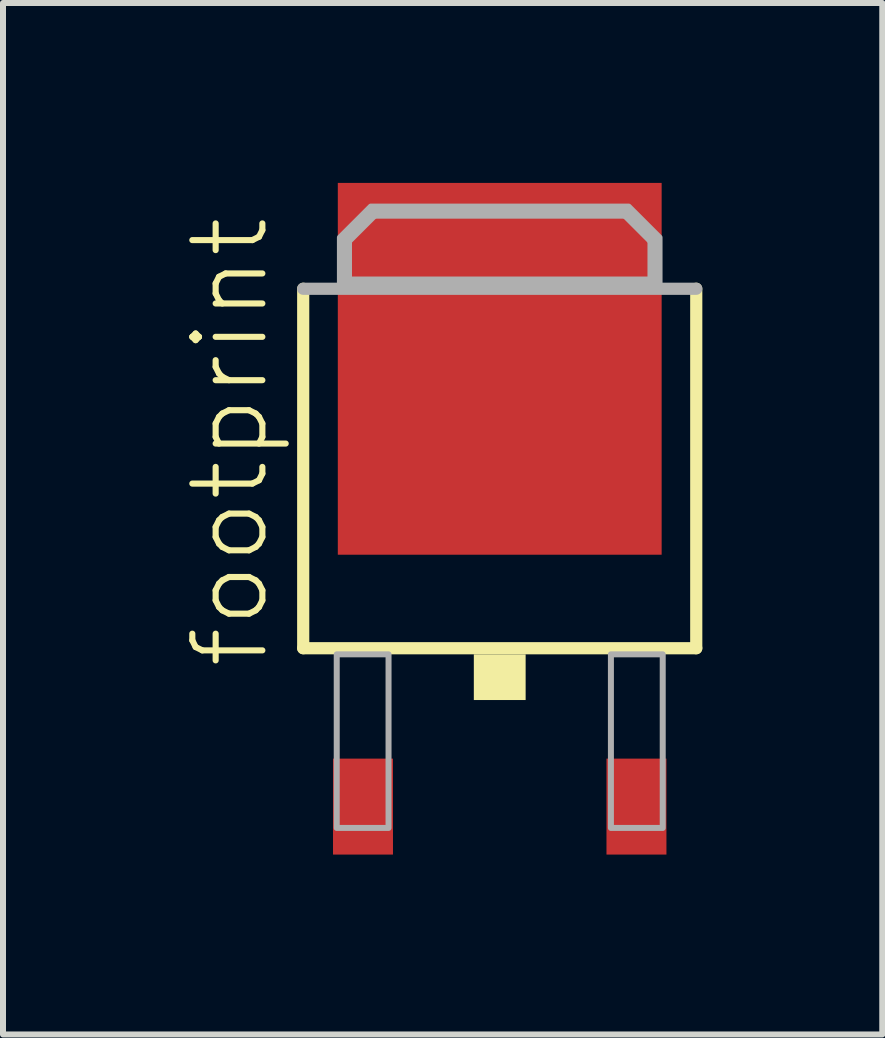
<source format=kicad_pcb>
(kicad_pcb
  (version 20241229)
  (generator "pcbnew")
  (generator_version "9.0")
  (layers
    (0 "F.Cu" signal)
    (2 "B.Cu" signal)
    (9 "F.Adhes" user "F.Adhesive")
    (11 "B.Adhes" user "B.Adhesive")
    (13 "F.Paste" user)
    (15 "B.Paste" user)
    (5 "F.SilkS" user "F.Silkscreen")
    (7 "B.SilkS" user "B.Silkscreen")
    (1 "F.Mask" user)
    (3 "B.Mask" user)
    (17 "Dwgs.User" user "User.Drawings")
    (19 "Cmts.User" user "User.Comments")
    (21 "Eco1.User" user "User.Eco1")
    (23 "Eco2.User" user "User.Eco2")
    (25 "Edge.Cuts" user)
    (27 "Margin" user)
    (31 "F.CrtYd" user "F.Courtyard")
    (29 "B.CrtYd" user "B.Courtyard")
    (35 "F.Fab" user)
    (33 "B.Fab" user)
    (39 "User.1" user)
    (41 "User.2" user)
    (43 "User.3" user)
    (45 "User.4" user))
  (footprint "footprint"
    (layer "F.Cu")
    (at 5.283 5.6)
    (property "Reference" "footprint" (at -3.81 2.54 90) (layer "F.SilkS") (effects (font (size 1.168 1.168) (thickness 0.102)) (justify left bottom)))
    (fp_line (start -3.277 2.159) (end -3.277 -3.835) (stroke (width 0.203) (type solid)) (layer "F.SilkS"))
    (fp_line (start 3.277 -3.835) (end 3.277 2.159) (stroke (width 0.203) (type solid)) (layer "F.SilkS"))
    (fp_line (start 3.277 2.159) (end -3.277 2.159) (stroke (width 0.203) (type solid)) (layer "F.SilkS"))
    (fp_poly (pts (xy -0.432 3.023) (xy 0.432 3.023) (xy 0.432 2.261) (xy -0.432 2.261)) (stroke (width 0) (type solid)) (fill yes) (layer "F.SilkS"))
    (fp_line (start -3.277 -3.835) (end 3.277 -3.835) (stroke (width 0.203) (type solid)) (layer "F.Fab"))
    (fp_line (start -2.565 -4.648) (end -2.108 -5.105) (stroke (width 0.203) (type solid)) (layer "F.Fab"))
    (fp_line (start -2.565 -3.937) (end -2.565 -4.648) (stroke (width 0.203) (type solid)) (layer "F.Fab"))
    (fp_line (start -2.108 -5.105) (end 2.108 -5.105) (stroke (width 0.203) (type solid)) (layer "F.Fab"))
    (fp_line (start 2.108 -5.105) (end 2.565 -4.648) (stroke (width 0.203) (type solid)) (layer "F.Fab"))
    (fp_line (start 2.565 -4.648) (end 2.565 -3.937) (stroke (width 0.203) (type solid)) (layer "F.Fab"))
    (fp_line (start 2.565 -3.937) (end -2.565 -3.937) (stroke (width 0.203) (type solid)) (layer "F.Fab"))
    (fp_poly (pts (xy -2.718 5.156) (xy -1.854 5.156) (xy -1.854 2.261) (xy -2.718 2.261)) (stroke (width 0.1) (type solid)) (fill no) (layer "F.Fab"))
    (fp_poly (pts (xy 1.854 5.156) (xy 2.718 5.156) (xy 2.718 2.261) (xy 1.854 2.261)) (stroke (width 0.1) (type solid)) (fill no) (layer "F.Fab"))
    (fp_poly (pts (xy 2.665 -4.69) (xy 2.665 -3.837) (xy -2.665 -3.837) (xy -2.665 -4.69) (xy -2.15 -5.205) (xy 2.15 -5.205)) (stroke (width 0.1) (type solid)) (fill no) (layer "F.Fab"))
    (pad "1" smd rect (at -2.28 4.8) (size 1 1.6) (layers "F.Cu" "F.Mask" "F.Paste"))
    (pad "2" smd rect (at 2.28 4.8) (size 1 1.6) (layers "F.Cu" "F.Mask" "F.Paste"))
    (pad "3" smd rect (at 0 -2.5) (size 5.4 6.2) (layers "F.Cu" "F.Mask" "F.Paste")))
  (gr_rect
    (start -3 -3)
    (end 11.662 14.2)
    (stroke (width 0.1) (type default))
    (fill no)
    (layer "Edge.Cuts")))
</source>
